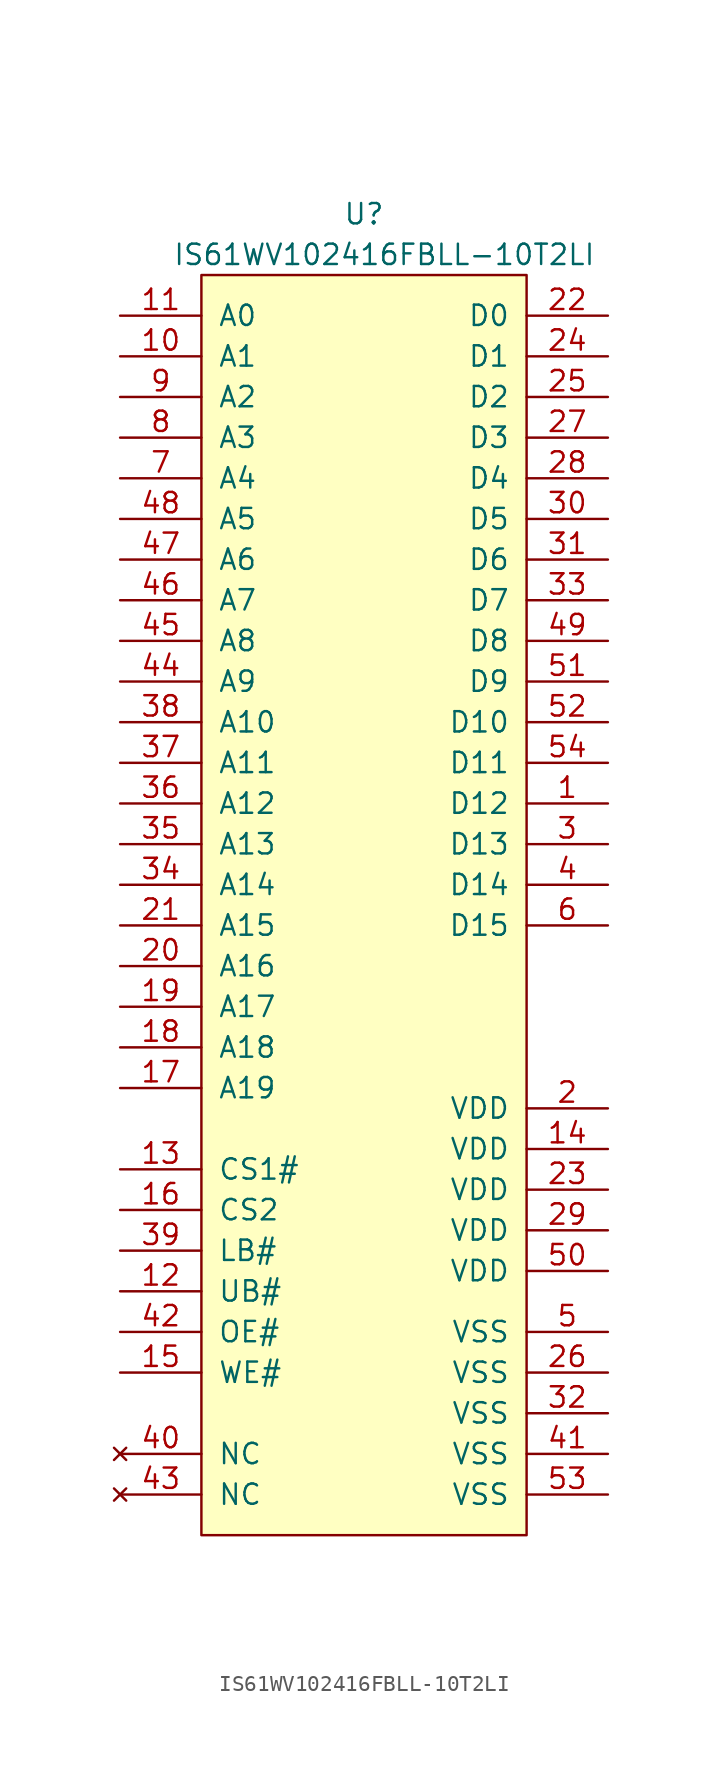
<source format=kicad_sym>
(kicad_symbol_lib
  (version 20220914)
  (generator kicad_symbol_editor)
  (symbol "IS61WV102416FBLL-10T2LI"
    (pin_names
      (offset 1.016))
    (property "Reference" "U"
      (at 10.16 3.81 0)
      (effects (font (size 1.27 1.27))))
    (property "Value" "IS61WV102416FBLL-10T2LI"
      (at 11.43 1.27 0)
      (effects (font (size 1.27 1.27))))
    (symbol "IS61WV102416FBLL-10T2LI_0_1"
      (rectangle (start 0 0) (end 20.32 -78.74) (stroke (width 0) (type solid)) (fill (type background))))
    (symbol "IS61WV102416FBLL-10T2LI_1_1"
      (pin bidirectional line (at 25.4 -33.02 180) (length 5.08) (name "D12" (effects (font (size 1.27 1.27)))) (number "1" (effects (font (size 1.27 1.27)))))
      (pin input line (at -5.08 -5.08 0) (length 5.08) (name "A1" (effects (font (size 1.27 1.27)))) (number "10" (effects (font (size 1.27 1.27)))))
      (pin input line (at -5.08 -2.54 0) (length 5.08) (name "A0" (effects (font (size 1.27 1.27)))) (number "11" (effects (font (size 1.27 1.27)))))
      (pin input line (at -5.08 -63.5 0) (length 5.08) (name "UB#" (effects (font (size 1.27 1.27)))) (number "12" (effects (font (size 1.27 1.27)))))
      (pin input line (at -5.08 -55.88 0) (length 5.08) (name "CS1#" (effects (font (size 1.27 1.27)))) (number "13" (effects (font (size 1.27 1.27)))))
      (pin power_in line (at 25.4 -54.61 180) (length 5.08) (name "VDD" (effects (font (size 1.27 1.27)))) (number "14" (effects (font (size 1.27 1.27)))))
      (pin input line (at -5.08 -68.58 0) (length 5.08) (name "WE#" (effects (font (size 1.27 1.27)))) (number "15" (effects (font (size 1.27 1.27)))))
      (pin input line (at -5.08 -58.42 0) (length 5.08) (name "CS2" (effects (font (size 1.27 1.27)))) (number "16" (effects (font (size 1.27 1.27)))))
      (pin input line (at -5.08 -50.8 0) (length 5.08) (name "A19" (effects (font (size 1.27 1.27)))) (number "17" (effects (font (size 1.27 1.27)))))
      (pin input line (at -5.08 -48.26 0) (length 5.08) (name "A18" (effects (font (size 1.27 1.27)))) (number "18" (effects (font (size 1.27 1.27)))))
      (pin input line (at -5.08 -45.72 0) (length 5.08) (name "A17" (effects (font (size 1.27 1.27)))) (number "19" (effects (font (size 1.27 1.27)))))
      (pin power_in line (at 25.4 -52.07 180) (length 5.08) (name "VDD" (effects (font (size 1.27 1.27)))) (number "2" (effects (font (size 1.27 1.27)))))
      (pin input line (at -5.08 -43.18 0) (length 5.08) (name "A16" (effects (font (size 1.27 1.27)))) (number "20" (effects (font (size 1.27 1.27)))))
      (pin input line (at -5.08 -40.64 0) (length 5.08) (name "A15" (effects (font (size 1.27 1.27)))) (number "21" (effects (font (size 1.27 1.27)))))
      (pin bidirectional line (at 25.4 -2.54 180) (length 5.08) (name "D0" (effects (font (size 1.27 1.27)))) (number "22" (effects (font (size 1.27 1.27)))))
      (pin power_in line (at 25.4 -57.15 180) (length 5.08) (name "VDD" (effects (font (size 1.27 1.27)))) (number "23" (effects (font (size 1.27 1.27)))))
      (pin bidirectional line (at 25.4 -5.08 180) (length 5.08) (name "D1" (effects (font (size 1.27 1.27)))) (number "24" (effects (font (size 1.27 1.27)))))
      (pin bidirectional line (at 25.4 -7.62 180) (length 5.08) (name "D2" (effects (font (size 1.27 1.27)))) (number "25" (effects (font (size 1.27 1.27)))))
      (pin power_in line (at 25.4 -68.58 180) (length 5.08) (name "VSS" (effects (font (size 1.27 1.27)))) (number "26" (effects (font (size 1.27 1.27)))))
      (pin bidirectional line (at 25.4 -10.16 180) (length 5.08) (name "D3" (effects (font (size 1.27 1.27)))) (number "27" (effects (font (size 1.27 1.27)))))
      (pin bidirectional line (at 25.4 -12.7 180) (length 5.08) (name "D4" (effects (font (size 1.27 1.27)))) (number "28" (effects (font (size 1.27 1.27)))))
      (pin power_in line (at 25.4 -59.69 180) (length 5.08) (name "VDD" (effects (font (size 1.27 1.27)))) (number "29" (effects (font (size 1.27 1.27)))))
      (pin bidirectional line (at 25.4 -35.56 180) (length 5.08) (name "D13" (effects (font (size 1.27 1.27)))) (number "3" (effects (font (size 1.27 1.27)))))
      (pin bidirectional line (at 25.4 -15.24 180) (length 5.08) (name "D5" (effects (font (size 1.27 1.27)))) (number "30" (effects (font (size 1.27 1.27)))))
      (pin bidirectional line (at 25.4 -17.78 180) (length 5.08) (name "D6" (effects (font (size 1.27 1.27)))) (number "31" (effects (font (size 1.27 1.27)))))
      (pin power_in line (at 25.4 -71.12 180) (length 5.08) (name "VSS" (effects (font (size 1.27 1.27)))) (number "32" (effects (font (size 1.27 1.27)))))
      (pin bidirectional line (at 25.4 -20.32 180) (length 5.08) (name "D7" (effects (font (size 1.27 1.27)))) (number "33" (effects (font (size 1.27 1.27)))))
      (pin input line (at -5.08 -38.1 0) (length 5.08) (name "A14" (effects (font (size 1.27 1.27)))) (number "34" (effects (font (size 1.27 1.27)))))
      (pin input line (at -5.08 -35.56 0) (length 5.08) (name "A13" (effects (font (size 1.27 1.27)))) (number "35" (effects (font (size 1.27 1.27)))))
      (pin input line (at -5.08 -33.02 0) (length 5.08) (name "A12" (effects (font (size 1.27 1.27)))) (number "36" (effects (font (size 1.27 1.27)))))
      (pin input line (at -5.08 -30.48 0) (length 5.08) (name "A11" (effects (font (size 1.27 1.27)))) (number "37" (effects (font (size 1.27 1.27)))))
      (pin input line (at -5.08 -27.94 0) (length 5.08) (name "A10" (effects (font (size 1.27 1.27)))) (number "38" (effects (font (size 1.27 1.27)))))
      (pin input line (at -5.08 -60.96 0) (length 5.08) (name "LB#" (effects (font (size 1.27 1.27)))) (number "39" (effects (font (size 1.27 1.27)))))
      (pin bidirectional line (at 25.4 -38.1 180) (length 5.08) (name "D14" (effects (font (size 1.27 1.27)))) (number "4" (effects (font (size 1.27 1.27)))))
      (pin no_connect line (at -5.08 -73.66 0) (length 5.08) (name "NC" (effects (font (size 1.27 1.27)))) (number "40" (effects (font (size 1.27 1.27)))))
      (pin power_in line (at 25.4 -73.66 180) (length 5.08) (name "VSS" (effects (font (size 1.27 1.27)))) (number "41" (effects (font (size 1.27 1.27)))))
      (pin input line (at -5.08 -66.04 0) (length 5.08) (name "OE#" (effects (font (size 1.27 1.27)))) (number "42" (effects (font (size 1.27 1.27)))))
      (pin no_connect line (at -5.08 -76.2 0) (length 5.08) (name "NC" (effects (font (size 1.27 1.27)))) (number "43" (effects (font (size 1.27 1.27)))))
      (pin input line (at -5.08 -25.4 0) (length 5.08) (name "A9" (effects (font (size 1.27 1.27)))) (number "44" (effects (font (size 1.27 1.27)))))
      (pin input line (at -5.08 -22.86 0) (length 5.08) (name "A8" (effects (font (size 1.27 1.27)))) (number "45" (effects (font (size 1.27 1.27)))))
      (pin input line (at -5.08 -20.32 0) (length 5.08) (name "A7" (effects (font (size 1.27 1.27)))) (number "46" (effects (font (size 1.27 1.27)))))
      (pin input line (at -5.08 -17.78 0) (length 5.08) (name "A6" (effects (font (size 1.27 1.27)))) (number "47" (effects (font (size 1.27 1.27)))))
      (pin input line (at -5.08 -15.24 0) (length 5.08) (name "A5" (effects (font (size 1.27 1.27)))) (number "48" (effects (font (size 1.27 1.27)))))
      (pin bidirectional line (at 25.4 -22.86 180) (length 5.08) (name "D8" (effects (font (size 1.27 1.27)))) (number "49" (effects (font (size 1.27 1.27)))))
      (pin power_in line (at 25.4 -66.04 180) (length 5.08) (name "VSS" (effects (font (size 1.27 1.27)))) (number "5" (effects (font (size 1.27 1.27)))))
      (pin power_in line (at 25.4 -62.23 180) (length 5.08) (name "VDD" (effects (font (size 1.27 1.27)))) (number "50" (effects (font (size 1.27 1.27)))))
      (pin bidirectional line (at 25.4 -25.4 180) (length 5.08) (name "D9" (effects (font (size 1.27 1.27)))) (number "51" (effects (font (size 1.27 1.27)))))
      (pin bidirectional line (at 25.4 -27.94 180) (length 5.08) (name "D10" (effects (font (size 1.27 1.27)))) (number "52" (effects (font (size 1.27 1.27)))))
      (pin power_in line (at 25.4 -76.2 180) (length 5.08) (name "VSS" (effects (font (size 1.27 1.27)))) (number "53" (effects (font (size 1.27 1.27)))))
      (pin bidirectional line (at 25.4 -30.48 180) (length 5.08) (name "D11" (effects (font (size 1.27 1.27)))) (number "54" (effects (font (size 1.27 1.27)))))
      (pin bidirectional line (at 25.4 -40.64 180) (length 5.08) (name "D15" (effects (font (size 1.27 1.27)))) (number "6" (effects (font (size 1.27 1.27)))))
      (pin input line (at -5.08 -12.7 0) (length 5.08) (name "A4" (effects (font (size 1.27 1.27)))) (number "7" (effects (font (size 1.27 1.27)))))
      (pin input line (at -5.08 -10.16 0) (length 5.08) (name "A3" (effects (font (size 1.27 1.27)))) (number "8" (effects (font (size 1.27 1.27)))))
      (pin input line (at -5.08 -7.62 0) (length 5.08) (name "A2" (effects (font (size 1.27 1.27)))) (number "9" (effects (font (size 1.27 1.27))))))))
</source>
